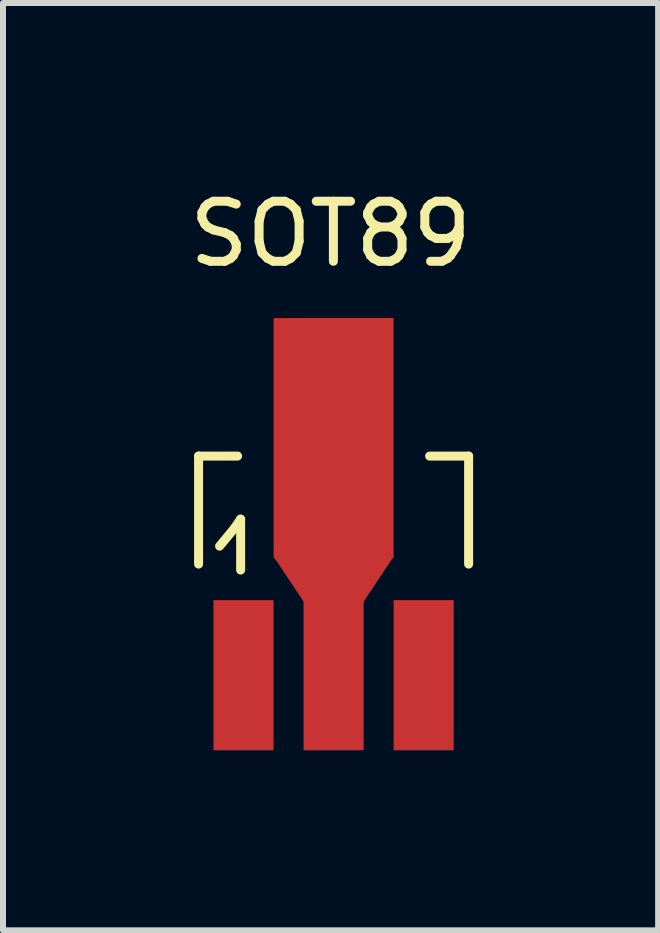
<source format=kicad_pcb>
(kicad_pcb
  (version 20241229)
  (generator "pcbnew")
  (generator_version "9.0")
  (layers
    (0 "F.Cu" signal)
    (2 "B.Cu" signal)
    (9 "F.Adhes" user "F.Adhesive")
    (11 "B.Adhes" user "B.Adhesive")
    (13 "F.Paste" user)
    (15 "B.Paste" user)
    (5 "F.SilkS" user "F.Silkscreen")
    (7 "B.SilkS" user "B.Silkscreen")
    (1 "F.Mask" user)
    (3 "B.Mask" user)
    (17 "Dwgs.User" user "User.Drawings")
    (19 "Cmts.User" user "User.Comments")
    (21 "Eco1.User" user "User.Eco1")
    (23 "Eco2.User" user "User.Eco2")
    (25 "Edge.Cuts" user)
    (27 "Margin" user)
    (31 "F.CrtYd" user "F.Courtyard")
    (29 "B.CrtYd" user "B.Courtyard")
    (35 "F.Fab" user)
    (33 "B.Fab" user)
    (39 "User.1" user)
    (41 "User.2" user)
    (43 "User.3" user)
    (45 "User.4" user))
  (footprint "SOT89"
    (layer "F.Cu")
    (at 2.509 5.85)
    (property "Reference" "SOT89" (at -0.051 -5.001 0) (layer "F.SilkS") (effects (font (size 1 1) (thickness 0.15))))
    (attr smd)
    (fp_line (start -2.25 -1.3) (end -2.25 0.5) (stroke (width 0.15) (type solid)) (layer "F.SilkS"))
    (fp_line (start -2.25 -1.3) (end -1.6 -1.3) (stroke (width 0.15) (type solid)) (layer "F.SilkS"))
    (fp_line (start -1.9 0.201) (end -1.651 -0.099) (stroke (width 0.15) (type solid)) (layer "F.SilkS"))
    (fp_line (start -1.651 -0.099) (end -1.549 -0.249) (stroke (width 0.15) (type solid)) (layer "F.SilkS"))
    (fp_line (start -1.549 -0.249) (end -1.549 0.599) (stroke (width 0.15) (type solid)) (layer "F.SilkS"))
    (fp_line (start 2.25 -1.3) (end 1.6 -1.3) (stroke (width 0.15) (type solid)) (layer "F.SilkS"))
    (fp_line (start 2.25 -1.3) (end 2.25 0.5) (stroke (width 0.15) (type solid)) (layer "F.SilkS"))
    (pad "1" smd rect (at -1.501 2.352) (size 1.001 2.502) (layers "F.Cu" "F.Mask" "F.Paste"))
    (pad "2" smd rect (at 0 -1.6) (size 1.999 4) (layers "F.Cu" "F.Mask" "F.Paste"))
    (pad "2" smd trapezoid (at 0 0.749 180) (size 1.501 0.749) (rect_delta 0 0.5) (layers "F.Cu" "F.Mask" "F.Paste"))
    (pad "2" smd rect (at 0 2.352) (size 1.001 2.502) (layers "F.Cu" "F.Mask" "F.Paste"))
    (pad "3" smd rect (at 1.501 2.352) (size 1.001 2.502) (layers "F.Cu" "F.Mask" "F.Paste")))
  (gr_rect
    (start -3 -3)
    (end 7.917 12.453)
    (stroke (width 0.1) (type default))
    (fill no)
    (layer "Edge.Cuts")))
</source>
